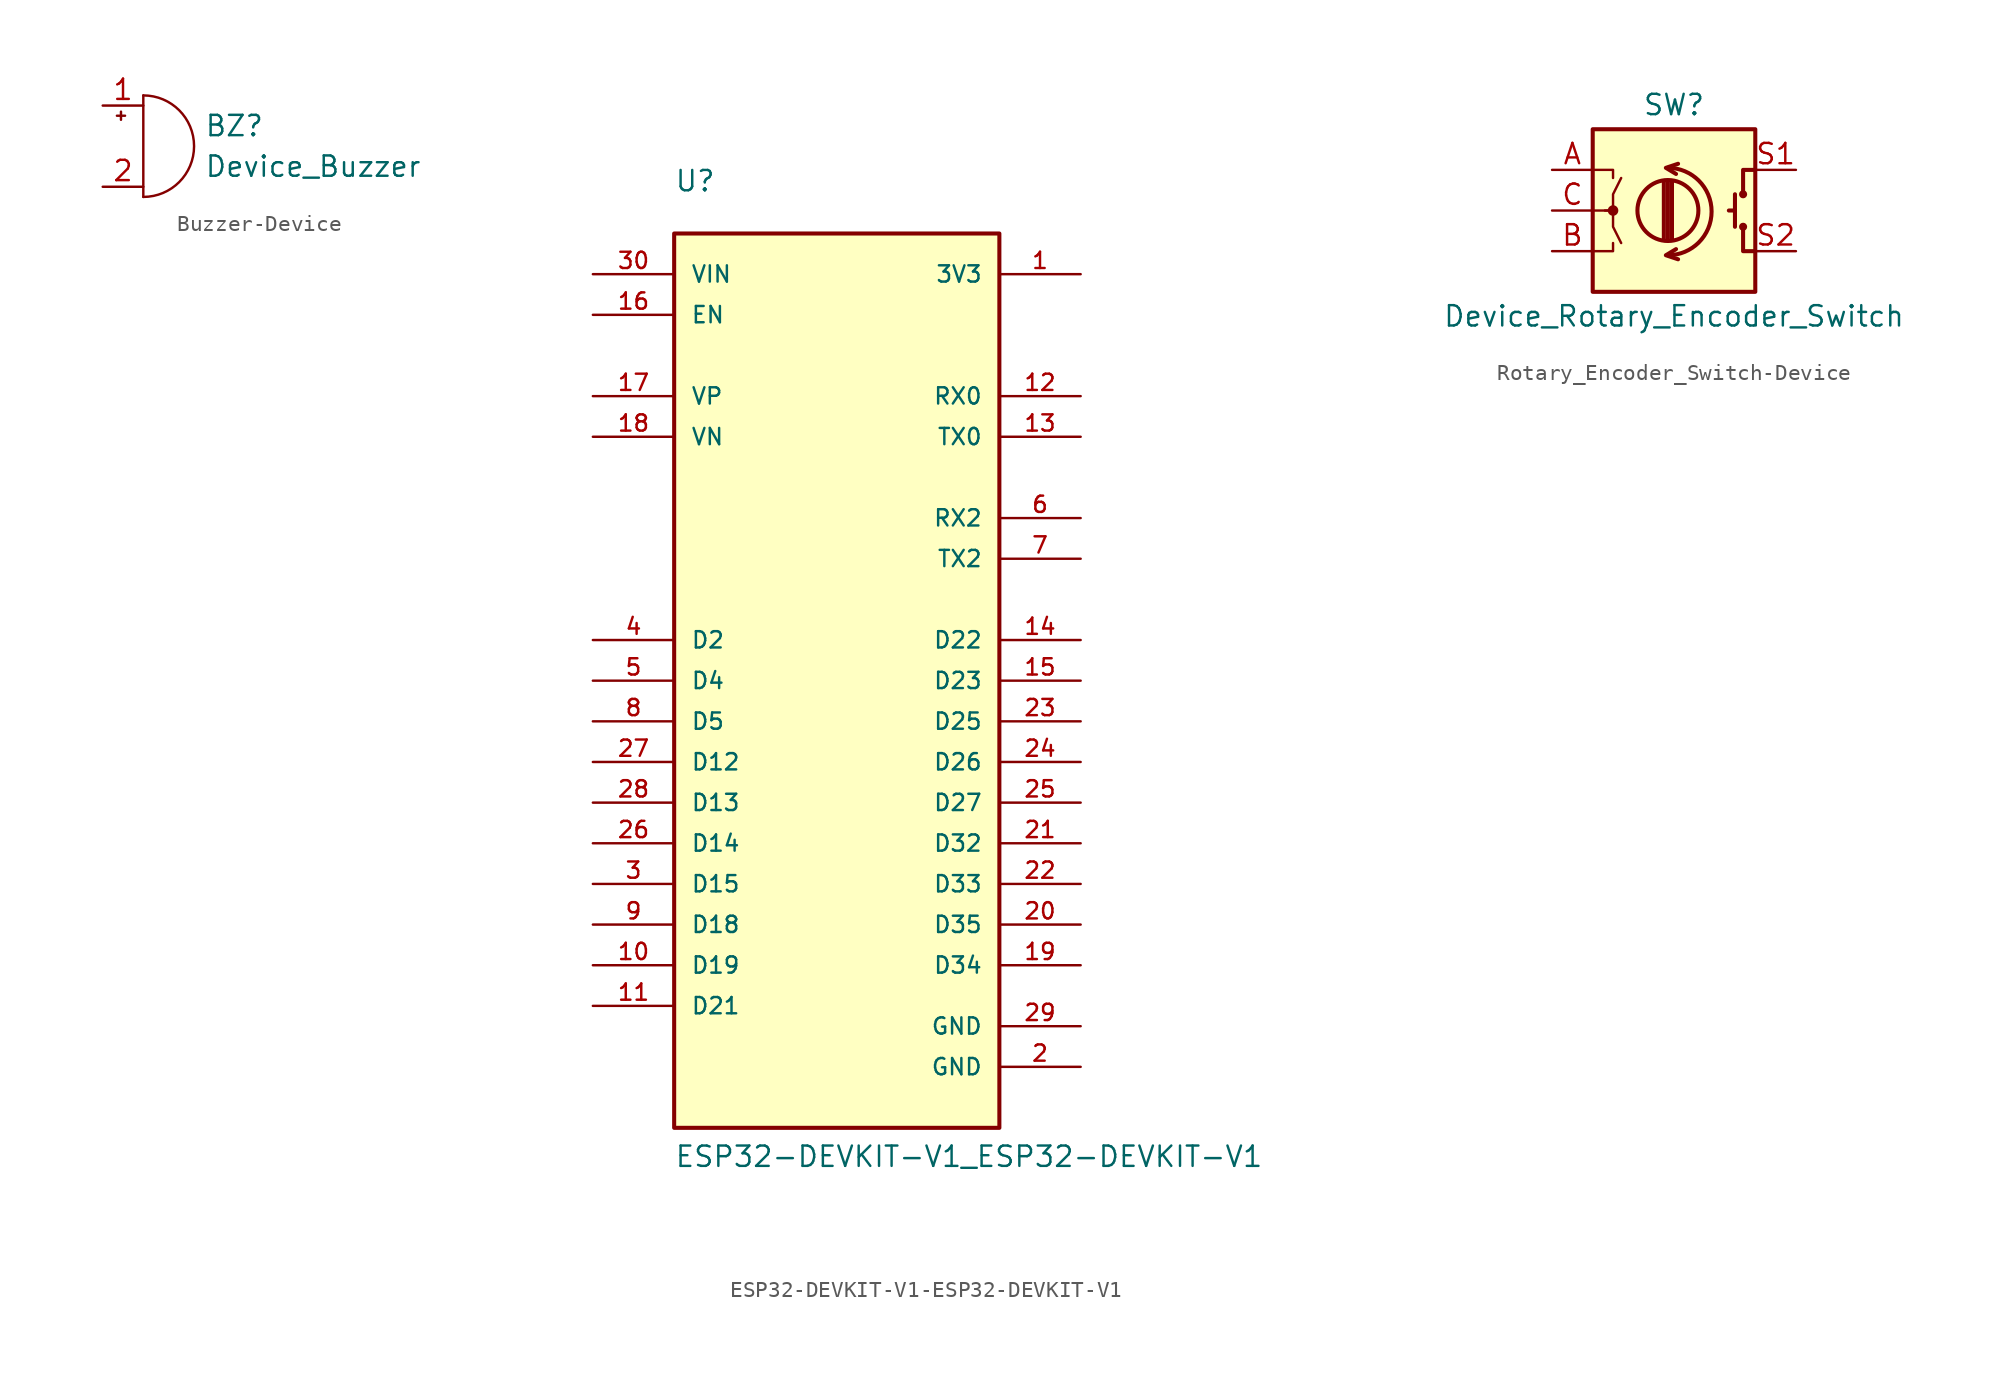
<source format=kicad_sym>
(kicad_symbol_lib
  (version 20241209)
  (generator "kicad_symbol_editor")
  (generator_version "9.0")
  (symbol "Buzzer-Device"
    (pin_names
      (offset 0.025)
      (hide yes))
    (property "Reference" "BZ"
      (at 3.81 1.27 0)
      (effects (font (size 1.27 1.27)) (justify left)))
    (property "Value" "Device_Buzzer"
      (at 3.81 -1.27 0)
      (effects (font (size 1.27 1.27)) (justify left)))
    (symbol "Buzzer-Device_0_1"
      (polyline (pts (xy -1.651 1.905) (xy -1.143 1.905)) (stroke (width 0) (type solid)) (fill (type none)))
      (polyline (pts (xy -1.397 2.159) (xy -1.397 1.651)) (stroke (width 0) (type solid)) (fill (type none)))
      (polyline (pts (xy 0 3.175) (xy 0 -3.175)) (stroke (width 0) (type solid)) (fill (type none)))
      (arc (start 0 3.175) (mid 3.175 0) (end 0 -3.175) (stroke (width 0) (type solid)) (fill (type none))))
    (symbol "Buzzer-Device_1_1"
      (pin passive line (at -2.54 2.54 0) (length 2.54) (name "-" (effects (font (size 1.27 1.27)))) (number "1" (effects (font (size 1.27 1.27)))))
      (pin passive line (at -2.54 -2.54 0) (length 2.54) (name "+" (effects (font (size 1.27 1.27)))) (number "2" (effects (font (size 1.27 1.27)))))))
  (symbol "ESP32-DEVKIT-V1-ESP32-DEVKIT-V1"
    (pin_names
      (offset 1.016))
    (property "Reference" "U"
      (at -10.16 30.48 0)
      (effects (font (size 1.27 1.27)) (justify left bottom)))
    (property "Value" "ESP32-DEVKIT-V1_ESP32-DEVKIT-V1"
      (at -10.16 -30.48 0)
      (effects (font (size 1.27 1.27)) (justify left bottom)))
    (property "ki_locked" ""
      (at 0 0 0)
      (effects (font (size 1.27 1.27))))
    (symbol "ESP32-DEVKIT-V1-ESP32-DEVKIT-V1_0_0"
      (rectangle (start -10.16 -27.94) (end 10.16 27.94) (stroke (width 0.254) (type solid)) (fill (type background)))
      (pin input line (at -15.24 25.4 0) (length 5.08) (name "VIN" (effects (font (size 1.016 1.016)))) (number "30" (effects (font (size 1.016 1.016)))))
      (pin input line (at -15.24 22.86 0) (length 5.08) (name "EN" (effects (font (size 1.016 1.016)))) (number "16" (effects (font (size 1.016 1.016)))))
      (pin bidirectional line (at -15.24 17.78 0) (length 5.08) (name "VP" (effects (font (size 1.016 1.016)))) (number "17" (effects (font (size 1.016 1.016)))))
      (pin bidirectional line (at -15.24 15.24 0) (length 5.08) (name "VN" (effects (font (size 1.016 1.016)))) (number "18" (effects (font (size 1.016 1.016)))))
      (pin bidirectional line (at -15.24 2.54 0) (length 5.08) (name "D2" (effects (font (size 1.016 1.016)))) (number "4" (effects (font (size 1.016 1.016)))))
      (pin bidirectional line (at -15.24 0 0) (length 5.08) (name "D4" (effects (font (size 1.016 1.016)))) (number "5" (effects (font (size 1.016 1.016)))))
      (pin bidirectional line (at -15.24 -2.54 0) (length 5.08) (name "D5" (effects (font (size 1.016 1.016)))) (number "8" (effects (font (size 1.016 1.016)))))
      (pin bidirectional line (at -15.24 -5.08 0) (length 5.08) (name "D12" (effects (font (size 1.016 1.016)))) (number "27" (effects (font (size 1.016 1.016)))))
      (pin bidirectional line (at -15.24 -7.62 0) (length 5.08) (name "D13" (effects (font (size 1.016 1.016)))) (number "28" (effects (font (size 1.016 1.016)))))
      (pin bidirectional line (at -15.24 -10.16 0) (length 5.08) (name "D14" (effects (font (size 1.016 1.016)))) (number "26" (effects (font (size 1.016 1.016)))))
      (pin bidirectional line (at -15.24 -12.7 0) (length 5.08) (name "D15" (effects (font (size 1.016 1.016)))) (number "3" (effects (font (size 1.016 1.016)))))
      (pin bidirectional line (at -15.24 -15.24 0) (length 5.08) (name "D18" (effects (font (size 1.016 1.016)))) (number "9" (effects (font (size 1.016 1.016)))))
      (pin bidirectional line (at -15.24 -17.78 0) (length 5.08) (name "D19" (effects (font (size 1.016 1.016)))) (number "10" (effects (font (size 1.016 1.016)))))
      (pin bidirectional line (at -15.24 -20.32 0) (length 5.08) (name "D21" (effects (font (size 1.016 1.016)))) (number "11" (effects (font (size 1.016 1.016)))))
      (pin output line (at 15.24 25.4 180) (length 5.08) (name "3V3" (effects (font (size 1.016 1.016)))) (number "1" (effects (font (size 1.016 1.016)))))
      (pin input line (at 15.24 17.78 180) (length 5.08) (name "RX0" (effects (font (size 1.016 1.016)))) (number "12" (effects (font (size 1.016 1.016)))))
      (pin output line (at 15.24 15.24 180) (length 5.08) (name "TX0" (effects (font (size 1.016 1.016)))) (number "13" (effects (font (size 1.016 1.016)))))
      (pin input line (at 15.24 10.16 180) (length 5.08) (name "RX2" (effects (font (size 1.016 1.016)))) (number "6" (effects (font (size 1.016 1.016)))))
      (pin output line (at 15.24 7.62 180) (length 5.08) (name "TX2" (effects (font (size 1.016 1.016)))) (number "7" (effects (font (size 1.016 1.016)))))
      (pin bidirectional line (at 15.24 2.54 180) (length 5.08) (name "D22" (effects (font (size 1.016 1.016)))) (number "14" (effects (font (size 1.016 1.016)))))
      (pin bidirectional line (at 15.24 0 180) (length 5.08) (name "D23" (effects (font (size 1.016 1.016)))) (number "15" (effects (font (size 1.016 1.016)))))
      (pin bidirectional line (at 15.24 -2.54 180) (length 5.08) (name "D25" (effects (font (size 1.016 1.016)))) (number "23" (effects (font (size 1.016 1.016)))))
      (pin bidirectional line (at 15.24 -5.08 180) (length 5.08) (name "D26" (effects (font (size 1.016 1.016)))) (number "24" (effects (font (size 1.016 1.016)))))
      (pin bidirectional line (at 15.24 -7.62 180) (length 5.08) (name "D27" (effects (font (size 1.016 1.016)))) (number "25" (effects (font (size 1.016 1.016)))))
      (pin bidirectional line (at 15.24 -10.16 180) (length 5.08) (name "D32" (effects (font (size 1.016 1.016)))) (number "21" (effects (font (size 1.016 1.016)))))
      (pin bidirectional line (at 15.24 -12.7 180) (length 5.08) (name "D33" (effects (font (size 1.016 1.016)))) (number "22" (effects (font (size 1.016 1.016)))))
      (pin bidirectional line (at 15.24 -15.24 180) (length 5.08) (name "D35" (effects (font (size 1.016 1.016)))) (number "20" (effects (font (size 1.016 1.016)))))
      (pin bidirectional line (at 15.24 -17.78 180) (length 5.08) (name "D34" (effects (font (size 1.016 1.016)))) (number "19" (effects (font (size 1.016 1.016)))))
      (pin power_in line (at 15.24 -21.59 180) (length 5.08) (name "GND" (effects (font (size 1.016 1.016)))) (number "29" (effects (font (size 1.016 1.016)))))
      (pin power_in line (at 15.24 -24.13 180) (length 5.08) (name "GND" (effects (font (size 1.016 1.016)))) (number "2" (effects (font (size 1.016 1.016)))))))
  (symbol "Rotary_Encoder_Switch-Device"
    (pin_names
      (offset 0.254)
      (hide yes))
    (property "Reference" "SW"
      (at 0 6.604 0)
      (effects (font (size 1.27 1.27))))
    (property "Value" "Device_Rotary_Encoder_Switch"
      (at 0 -6.604 0)
      (effects (font (size 1.27 1.27))))
    (symbol "Rotary_Encoder_Switch-Device_0_1"
      (rectangle (start -5.08 5.08) (end 5.08 -5.08) (stroke (width 0.254) (type solid)) (fill (type background)))
      (polyline (pts (xy -5.08 2.54) (xy -3.81 2.54) (xy -3.81 2.032)) (stroke (width 0) (type solid)) (fill (type none)))
      (polyline (pts (xy -5.08 0) (xy -3.81 0) (xy -3.81 -1.016) (xy -3.302 -2.032)) (stroke (width 0) (type solid)) (fill (type none)))
      (polyline (pts (xy -5.08 -2.54) (xy -3.81 -2.54) (xy -3.81 -2.032)) (stroke (width 0) (type solid)) (fill (type none)))
      (polyline (pts (xy -4.318 0) (xy -3.81 0) (xy -3.81 1.016) (xy -3.302 2.032)) (stroke (width 0) (type solid)) (fill (type none)))
      (circle (center -3.81 0) (radius 0.254) (stroke (width 0) (type solid)) (fill (type outline)))
      (polyline (pts (xy -0.635 -1.778) (xy -0.635 1.778)) (stroke (width 0.254) (type solid)) (fill (type none)))
      (circle (center -0.381 0) (radius 1.905) (stroke (width 0.254) (type solid)) (fill (type none)))
      (arc (start -0.381 2.667) (mid 2.3368 -0.0508) (end -0.381 -2.794) (stroke (width 0.254) (type solid)) (fill (type none)))
      (polyline (pts (xy -0.381 -1.778) (xy -0.381 1.778)) (stroke (width 0.254) (type solid)) (fill (type none)))
      (polyline (pts (xy -0.127 1.778) (xy -0.127 -1.778)) (stroke (width 0.254) (type solid)) (fill (type none)))
      (polyline (pts (xy 0.254 2.921) (xy -0.508 2.667) (xy 0.127 2.286)) (stroke (width 0.254) (type solid)) (fill (type none)))
      (polyline (pts (xy 0.254 -3.048) (xy -0.508 -2.794) (xy 0.127 -2.413)) (stroke (width 0.254) (type solid)) (fill (type none)))
      (polyline (pts (xy 3.81 1.016) (xy 3.81 -1.016)) (stroke (width 0.254) (type solid)) (fill (type none)))
      (polyline (pts (xy 3.81 0) (xy 3.429 0)) (stroke (width 0.254) (type solid)) (fill (type none)))
      (circle (center 4.318 1.016) (radius 0.127) (stroke (width 0.254) (type solid)) (fill (type none)))
      (circle (center 4.318 -1.016) (radius 0.127) (stroke (width 0.254) (type solid)) (fill (type none)))
      (polyline (pts (xy 5.08 2.54) (xy 4.318 2.54) (xy 4.318 1.016)) (stroke (width 0.254) (type solid)) (fill (type none)))
      (polyline (pts (xy 5.08 -2.54) (xy 4.318 -2.54) (xy 4.318 -1.016)) (stroke (width 0.254) (type solid)) (fill (type none))))
    (symbol "Rotary_Encoder_Switch-Device_1_1"
      (pin passive line (at -7.62 2.54 0) (length 2.54) (name "A" (effects (font (size 1.27 1.27)))) (number "A" (effects (font (size 1.27 1.27)))))
      (pin passive line (at -7.62 0 0) (length 2.54) (name "C" (effects (font (size 1.27 1.27)))) (number "C" (effects (font (size 1.27 1.27)))))
      (pin passive line (at -7.62 -2.54 0) (length 2.54) (name "B" (effects (font (size 1.27 1.27)))) (number "B" (effects (font (size 1.27 1.27)))))
      (pin passive line (at 7.62 2.54 180) (length 2.54) (name "S1" (effects (font (size 1.27 1.27)))) (number "S1" (effects (font (size 1.27 1.27)))))
      (pin passive line (at 7.62 -2.54 180) (length 2.54) (name "S2" (effects (font (size 1.27 1.27)))) (number "S2" (effects (font (size 1.27 1.27))))))))
</source>
